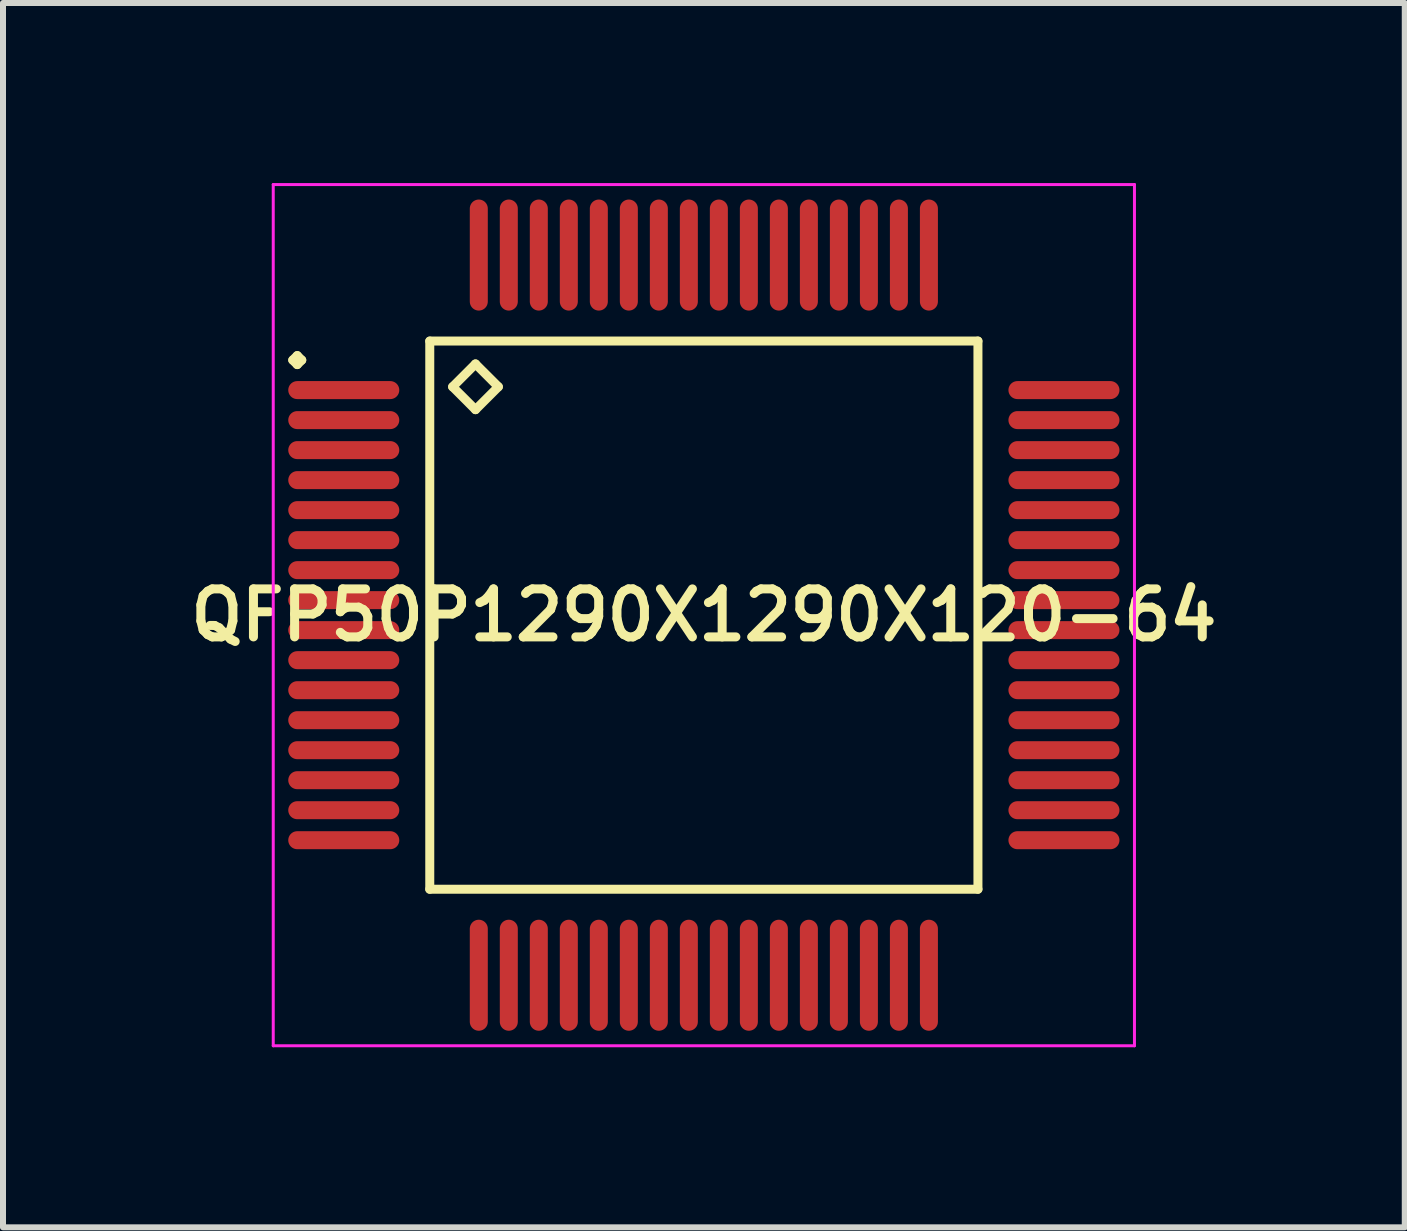
<source format=kicad_pcb>
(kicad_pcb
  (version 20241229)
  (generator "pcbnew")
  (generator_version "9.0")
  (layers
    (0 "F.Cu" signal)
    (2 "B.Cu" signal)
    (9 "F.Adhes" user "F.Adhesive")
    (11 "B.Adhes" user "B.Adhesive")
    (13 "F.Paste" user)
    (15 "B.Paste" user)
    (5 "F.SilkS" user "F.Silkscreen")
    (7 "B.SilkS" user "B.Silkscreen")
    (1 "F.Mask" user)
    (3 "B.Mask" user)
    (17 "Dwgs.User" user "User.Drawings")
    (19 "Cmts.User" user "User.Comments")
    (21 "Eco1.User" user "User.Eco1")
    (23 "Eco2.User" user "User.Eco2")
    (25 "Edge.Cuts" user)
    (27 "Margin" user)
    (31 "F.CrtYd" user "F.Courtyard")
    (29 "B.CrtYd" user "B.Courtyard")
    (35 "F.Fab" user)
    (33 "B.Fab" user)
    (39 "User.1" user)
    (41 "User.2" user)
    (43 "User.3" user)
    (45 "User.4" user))
  (footprint "QFP50P1290X1290X120-64"
    (layer "F.Cu")
    (at 8.678 7.2)
    (property "Reference" "QFP50P1290X1290X120-64" (at 0 0 0) (layer "F.SilkS") (effects (font (size 0.8 0.8) (thickness 0.15))))
    (attr smd)
    (fp_line (start -6.85 -4.25) (end -6.775 -4.325) (stroke (width 0.15) (type solid)) (layer "F.SilkS"))
    (fp_line (start -6.775 -4.325) (end -6.7 -4.25) (stroke (width 0.15) (type solid)) (layer "F.SilkS"))
    (fp_line (start -6.775 -4.175) (end -6.85 -4.25) (stroke (width 0.15) (type solid)) (layer "F.SilkS"))
    (fp_line (start -6.7 -4.25) (end -6.775 -4.175) (stroke (width 0.15) (type solid)) (layer "F.SilkS"))
    (fp_line (start -4.567 -4.567) (end -4.567 4.567) (stroke (width 0.15) (type solid)) (layer "F.SilkS"))
    (fp_line (start -4.567 4.567) (end 4.567 4.567) (stroke (width 0.15) (type solid)) (layer "F.SilkS"))
    (fp_line (start -4.186 -3.805) (end -3.805 -4.186) (stroke (width 0.15) (type solid)) (layer "F.SilkS"))
    (fp_line (start -3.805 -4.186) (end -3.424 -3.805) (stroke (width 0.15) (type solid)) (layer "F.SilkS"))
    (fp_line (start -3.805 -3.424) (end -4.186 -3.805) (stroke (width 0.15) (type solid)) (layer "F.SilkS"))
    (fp_line (start -3.424 -3.805) (end -3.805 -3.424) (stroke (width 0.15) (type solid)) (layer "F.SilkS"))
    (fp_line (start 4.567 -4.567) (end -4.567 -4.567) (stroke (width 0.15) (type solid)) (layer "F.SilkS"))
    (fp_line (start 4.567 4.567) (end 4.567 -4.567) (stroke (width 0.15) (type solid)) (layer "F.SilkS"))
    (fp_line (start -7.175 -7.175) (end 7.175 -7.175) (stroke (width 0.05) (type solid)) (layer "F.CrtYd"))
    (fp_line (start -7.175 7.175) (end -7.175 -7.175) (stroke (width 0.05) (type solid)) (layer "F.CrtYd"))
    (fp_line (start 7.175 -7.175) (end 7.175 7.175) (stroke (width 0.05) (type solid)) (layer "F.CrtYd"))
    (fp_line (start 7.175 7.175) (end -7.175 7.175) (stroke (width 0.05) (type solid)) (layer "F.CrtYd"))
    (pad "1" smd oval (at -6 -3.75) (size 1.85 0.3) (layers "F.Cu" "F.Mask" "F.Paste"))
    (pad "2" smd oval (at -6 -3.25) (size 1.85 0.3) (layers "F.Cu" "F.Mask" "F.Paste"))
    (pad "3" smd oval (at -6 -2.75) (size 1.85 0.3) (layers "F.Cu" "F.Mask" "F.Paste"))
    (pad "4" smd oval (at -6 -2.25) (size 1.85 0.3) (layers "F.Cu" "F.Mask" "F.Paste"))
    (pad "5" smd oval (at -6 -1.75) (size 1.85 0.3) (layers "F.Cu" "F.Mask" "F.Paste"))
    (pad "6" smd oval (at -6 -1.25) (size 1.85 0.3) (layers "F.Cu" "F.Mask" "F.Paste"))
    (pad "7" smd oval (at -6 -0.75) (size 1.85 0.3) (layers "F.Cu" "F.Mask" "F.Paste"))
    (pad "8" smd oval (at -6 -0.25) (size 1.85 0.3) (layers "F.Cu" "F.Mask" "F.Paste"))
    (pad "9" smd oval (at -6 0.25) (size 1.85 0.3) (layers "F.Cu" "F.Mask" "F.Paste"))
    (pad "10" smd oval (at -6 0.75) (size 1.85 0.3) (layers "F.Cu" "F.Mask" "F.Paste"))
    (pad "11" smd oval (at -6 1.25) (size 1.85 0.3) (layers "F.Cu" "F.Mask" "F.Paste"))
    (pad "12" smd oval (at -6 1.75) (size 1.85 0.3) (layers "F.Cu" "F.Mask" "F.Paste"))
    (pad "13" smd oval (at -6 2.25) (size 1.85 0.3) (layers "F.Cu" "F.Mask" "F.Paste"))
    (pad "14" smd oval (at -6 2.75) (size 1.85 0.3) (layers "F.Cu" "F.Mask" "F.Paste"))
    (pad "15" smd oval (at -6 3.25) (size 1.85 0.3) (layers "F.Cu" "F.Mask" "F.Paste"))
    (pad "16" smd oval (at -6 3.75) (size 1.85 0.3) (layers "F.Cu" "F.Mask" "F.Paste"))
    (pad "17" smd oval (at -3.75 6) (size 0.3 1.85) (layers "F.Cu" "F.Mask" "F.Paste"))
    (pad "18" smd oval (at -3.25 6) (size 0.3 1.85) (layers "F.Cu" "F.Mask" "F.Paste"))
    (pad "19" smd oval (at -2.75 6) (size 0.3 1.85) (layers "F.Cu" "F.Mask" "F.Paste"))
    (pad "20" smd oval (at -2.25 6) (size 0.3 1.85) (layers "F.Cu" "F.Mask" "F.Paste"))
    (pad "21" smd oval (at -1.75 6) (size 0.3 1.85) (layers "F.Cu" "F.Mask" "F.Paste"))
    (pad "22" smd oval (at -1.25 6) (size 0.3 1.85) (layers "F.Cu" "F.Mask" "F.Paste"))
    (pad "23" smd oval (at -0.75 6) (size 0.3 1.85) (layers "F.Cu" "F.Mask" "F.Paste"))
    (pad "24" smd oval (at -0.25 6) (size 0.3 1.85) (layers "F.Cu" "F.Mask" "F.Paste"))
    (pad "25" smd oval (at 0.25 6) (size 0.3 1.85) (layers "F.Cu" "F.Mask" "F.Paste"))
    (pad "26" smd oval (at 0.75 6) (size 0.3 1.85) (layers "F.Cu" "F.Mask" "F.Paste"))
    (pad "27" smd oval (at 1.25 6) (size 0.3 1.85) (layers "F.Cu" "F.Mask" "F.Paste"))
    (pad "28" smd oval (at 1.75 6) (size 0.3 1.85) (layers "F.Cu" "F.Mask" "F.Paste"))
    (pad "29" smd oval (at 2.25 6) (size 0.3 1.85) (layers "F.Cu" "F.Mask" "F.Paste"))
    (pad "30" smd oval (at 2.75 6) (size 0.3 1.85) (layers "F.Cu" "F.Mask" "F.Paste"))
    (pad "31" smd oval (at 3.25 6) (size 0.3 1.85) (layers "F.Cu" "F.Mask" "F.Paste"))
    (pad "32" smd oval (at 3.75 6) (size 0.3 1.85) (layers "F.Cu" "F.Mask" "F.Paste"))
    (pad "33" smd oval (at 6 3.75) (size 1.85 0.3) (layers "F.Cu" "F.Mask" "F.Paste"))
    (pad "34" smd oval (at 6 3.25) (size 1.85 0.3) (layers "F.Cu" "F.Mask" "F.Paste"))
    (pad "35" smd oval (at 6 2.75) (size 1.85 0.3) (layers "F.Cu" "F.Mask" "F.Paste"))
    (pad "36" smd oval (at 6 2.25) (size 1.85 0.3) (layers "F.Cu" "F.Mask" "F.Paste"))
    (pad "37" smd oval (at 6 1.75) (size 1.85 0.3) (layers "F.Cu" "F.Mask" "F.Paste"))
    (pad "38" smd oval (at 6 1.25) (size 1.85 0.3) (layers "F.Cu" "F.Mask" "F.Paste"))
    (pad "39" smd oval (at 6 0.75) (size 1.85 0.3) (layers "F.Cu" "F.Mask" "F.Paste"))
    (pad "40" smd oval (at 6 0.25) (size 1.85 0.3) (layers "F.Cu" "F.Mask" "F.Paste"))
    (pad "41" smd oval (at 6 -0.25) (size 1.85 0.3) (layers "F.Cu" "F.Mask" "F.Paste"))
    (pad "42" smd oval (at 6 -0.75) (size 1.85 0.3) (layers "F.Cu" "F.Mask" "F.Paste"))
    (pad "43" smd oval (at 6 -1.25) (size 1.85 0.3) (layers "F.Cu" "F.Mask" "F.Paste"))
    (pad "44" smd oval (at 6 -1.75) (size 1.85 0.3) (layers "F.Cu" "F.Mask" "F.Paste"))
    (pad "45" smd oval (at 6 -2.25) (size 1.85 0.3) (layers "F.Cu" "F.Mask" "F.Paste"))
    (pad "46" smd oval (at 6 -2.75) (size 1.85 0.3) (layers "F.Cu" "F.Mask" "F.Paste"))
    (pad "47" smd oval (at 6 -3.25) (size 1.85 0.3) (layers "F.Cu" "F.Mask" "F.Paste"))
    (pad "48" smd oval (at 6 -3.75) (size 1.85 0.3) (layers "F.Cu" "F.Mask" "F.Paste"))
    (pad "49" smd oval (at 3.75 -6) (size 0.3 1.85) (layers "F.Cu" "F.Mask" "F.Paste"))
    (pad "50" smd oval (at 3.25 -6) (size 0.3 1.85) (layers "F.Cu" "F.Mask" "F.Paste"))
    (pad "51" smd oval (at 2.75 -6) (size 0.3 1.85) (layers "F.Cu" "F.Mask" "F.Paste"))
    (pad "52" smd oval (at 2.25 -6) (size 0.3 1.85) (layers "F.Cu" "F.Mask" "F.Paste"))
    (pad "53" smd oval (at 1.75 -6) (size 0.3 1.85) (layers "F.Cu" "F.Mask" "F.Paste"))
    (pad "54" smd oval (at 1.25 -6) (size 0.3 1.85) (layers "F.Cu" "F.Mask" "F.Paste"))
    (pad "55" smd oval (at 0.75 -6) (size 0.3 1.85) (layers "F.Cu" "F.Mask" "F.Paste"))
    (pad "56" smd oval (at 0.25 -6) (size 0.3 1.85) (layers "F.Cu" "F.Mask" "F.Paste"))
    (pad "57" smd oval (at -0.25 -6) (size 0.3 1.85) (layers "F.Cu" "F.Mask" "F.Paste"))
    (pad "58" smd oval (at -0.75 -6) (size 0.3 1.85) (layers "F.Cu" "F.Mask" "F.Paste"))
    (pad "59" smd oval (at -1.25 -6) (size 0.3 1.85) (layers "F.Cu" "F.Mask" "F.Paste"))
    (pad "60" smd oval (at -1.75 -6) (size 0.3 1.85) (layers "F.Cu" "F.Mask" "F.Paste"))
    (pad "61" smd oval (at -2.25 -6) (size 0.3 1.85) (layers "F.Cu" "F.Mask" "F.Paste"))
    (pad "62" smd oval (at -2.75 -6) (size 0.3 1.85) (layers "F.Cu" "F.Mask" "F.Paste"))
    (pad "63" smd oval (at -3.25 -6) (size 0.3 1.85) (layers "F.Cu" "F.Mask" "F.Paste"))
    (pad "64" smd oval (at -3.75 -6) (size 0.3 1.85) (layers "F.Cu" "F.Mask" "F.Paste")))
  (gr_rect
    (start -3 -3)
    (end 20.357 17.4)
    (stroke (width 0.1) (type default))
    (fill no)
    (layer "Edge.Cuts")))
</source>
